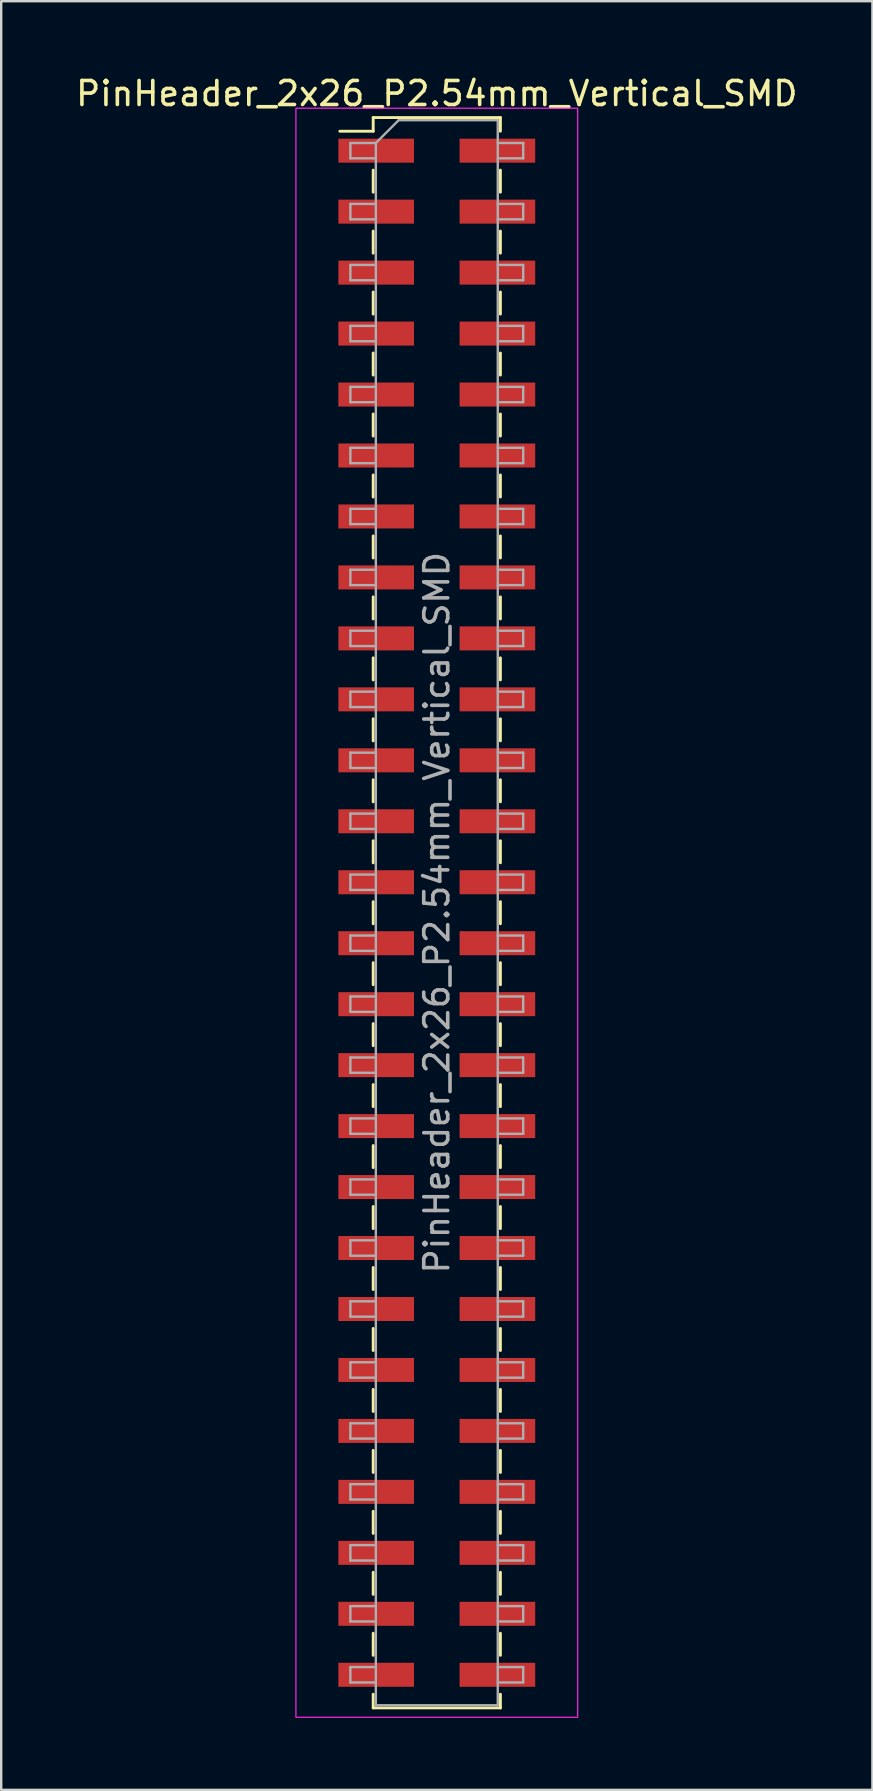
<source format=kicad_pcb>
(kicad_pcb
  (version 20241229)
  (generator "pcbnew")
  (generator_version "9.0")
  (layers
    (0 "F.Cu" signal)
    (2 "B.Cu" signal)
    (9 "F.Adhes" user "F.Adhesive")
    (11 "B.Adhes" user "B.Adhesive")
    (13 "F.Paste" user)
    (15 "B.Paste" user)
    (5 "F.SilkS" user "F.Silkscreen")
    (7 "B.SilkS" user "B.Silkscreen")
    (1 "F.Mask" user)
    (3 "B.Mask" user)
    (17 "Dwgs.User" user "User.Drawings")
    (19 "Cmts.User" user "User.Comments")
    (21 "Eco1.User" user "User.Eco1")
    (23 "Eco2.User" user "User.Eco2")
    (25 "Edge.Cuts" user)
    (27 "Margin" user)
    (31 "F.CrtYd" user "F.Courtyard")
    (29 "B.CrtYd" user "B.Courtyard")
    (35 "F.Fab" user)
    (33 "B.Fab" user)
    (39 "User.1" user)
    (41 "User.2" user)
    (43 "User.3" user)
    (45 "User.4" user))
  (footprint "PinHeader_2x26_P2.54mm_Vertical_SMD"
    (layer "F.Cu")
    (at 15.149 34.978)
    (property "Reference" "PinHeader_2x26_P2.54mm_Vertical_SMD" (at 0 -34.13 0) (layer "F.SilkS") (effects (font (size 1 1) (thickness 0.15))))
    (attr smd)
    (fp_line (start -4.04 -32.56) (end -2.65 -32.56) (stroke (width 0.12) (type solid)) (layer "F.SilkS"))
    (fp_line (start -2.65 -33.13) (end -2.65 -32.56) (stroke (width 0.12) (type solid)) (layer "F.SilkS"))
    (fp_line (start -2.65 -33.13) (end 2.65 -33.13) (stroke (width 0.12) (type solid)) (layer "F.SilkS"))
    (fp_line (start -2.65 -30.94) (end -2.65 -30.02) (stroke (width 0.12) (type solid)) (layer "F.SilkS"))
    (fp_line (start -2.65 -28.4) (end -2.65 -27.48) (stroke (width 0.12) (type solid)) (layer "F.SilkS"))
    (fp_line (start -2.65 -25.86) (end -2.65 -24.94) (stroke (width 0.12) (type solid)) (layer "F.SilkS"))
    (fp_line (start -2.65 -23.32) (end -2.65 -22.4) (stroke (width 0.12) (type solid)) (layer "F.SilkS"))
    (fp_line (start -2.65 -20.78) (end -2.65 -19.86) (stroke (width 0.12) (type solid)) (layer "F.SilkS"))
    (fp_line (start -2.65 -18.24) (end -2.65 -17.32) (stroke (width 0.12) (type solid)) (layer "F.SilkS"))
    (fp_line (start -2.65 -15.7) (end -2.65 -14.78) (stroke (width 0.12) (type solid)) (layer "F.SilkS"))
    (fp_line (start -2.65 -13.16) (end -2.65 -12.24) (stroke (width 0.12) (type solid)) (layer "F.SilkS"))
    (fp_line (start -2.65 -10.62) (end -2.65 -9.7) (stroke (width 0.12) (type solid)) (layer "F.SilkS"))
    (fp_line (start -2.65 -8.08) (end -2.65 -7.16) (stroke (width 0.12) (type solid)) (layer "F.SilkS"))
    (fp_line (start -2.65 -5.54) (end -2.65 -4.62) (stroke (width 0.12) (type solid)) (layer "F.SilkS"))
    (fp_line (start -2.65 -3) (end -2.65 -2.08) (stroke (width 0.12) (type solid)) (layer "F.SilkS"))
    (fp_line (start -2.65 -0.46) (end -2.65 0.46) (stroke (width 0.12) (type solid)) (layer "F.SilkS"))
    (fp_line (start -2.65 2.08) (end -2.65 3) (stroke (width 0.12) (type solid)) (layer "F.SilkS"))
    (fp_line (start -2.65 4.62) (end -2.65 5.54) (stroke (width 0.12) (type solid)) (layer "F.SilkS"))
    (fp_line (start -2.65 7.16) (end -2.65 8.08) (stroke (width 0.12) (type solid)) (layer "F.SilkS"))
    (fp_line (start -2.65 9.7) (end -2.65 10.62) (stroke (width 0.12) (type solid)) (layer "F.SilkS"))
    (fp_line (start -2.65 12.24) (end -2.65 13.16) (stroke (width 0.12) (type solid)) (layer "F.SilkS"))
    (fp_line (start -2.65 14.78) (end -2.65 15.7) (stroke (width 0.12) (type solid)) (layer "F.SilkS"))
    (fp_line (start -2.65 17.32) (end -2.65 18.24) (stroke (width 0.12) (type solid)) (layer "F.SilkS"))
    (fp_line (start -2.65 19.86) (end -2.65 20.78) (stroke (width 0.12) (type solid)) (layer "F.SilkS"))
    (fp_line (start -2.65 22.4) (end -2.65 23.32) (stroke (width 0.12) (type solid)) (layer "F.SilkS"))
    (fp_line (start -2.65 24.94) (end -2.65 25.86) (stroke (width 0.12) (type solid)) (layer "F.SilkS"))
    (fp_line (start -2.65 27.48) (end -2.65 28.4) (stroke (width 0.12) (type solid)) (layer "F.SilkS"))
    (fp_line (start -2.65 30.02) (end -2.65 30.94) (stroke (width 0.12) (type solid)) (layer "F.SilkS"))
    (fp_line (start -2.65 32.56) (end -2.65 33.13) (stroke (width 0.12) (type solid)) (layer "F.SilkS"))
    (fp_line (start -2.65 33.13) (end 2.65 33.13) (stroke (width 0.12) (type solid)) (layer "F.SilkS"))
    (fp_line (start 2.65 -33.13) (end 2.65 -32.56) (stroke (width 0.12) (type solid)) (layer "F.SilkS"))
    (fp_line (start 2.65 -30.94) (end 2.65 -30.02) (stroke (width 0.12) (type solid)) (layer "F.SilkS"))
    (fp_line (start 2.65 -28.4) (end 2.65 -27.48) (stroke (width 0.12) (type solid)) (layer "F.SilkS"))
    (fp_line (start 2.65 -25.86) (end 2.65 -24.94) (stroke (width 0.12) (type solid)) (layer "F.SilkS"))
    (fp_line (start 2.65 -23.32) (end 2.65 -22.4) (stroke (width 0.12) (type solid)) (layer "F.SilkS"))
    (fp_line (start 2.65 -20.78) (end 2.65 -19.86) (stroke (width 0.12) (type solid)) (layer "F.SilkS"))
    (fp_line (start 2.65 -18.24) (end 2.65 -17.32) (stroke (width 0.12) (type solid)) (layer "F.SilkS"))
    (fp_line (start 2.65 -15.7) (end 2.65 -14.78) (stroke (width 0.12) (type solid)) (layer "F.SilkS"))
    (fp_line (start 2.65 -13.16) (end 2.65 -12.24) (stroke (width 0.12) (type solid)) (layer "F.SilkS"))
    (fp_line (start 2.65 -10.62) (end 2.65 -9.7) (stroke (width 0.12) (type solid)) (layer "F.SilkS"))
    (fp_line (start 2.65 -8.08) (end 2.65 -7.16) (stroke (width 0.12) (type solid)) (layer "F.SilkS"))
    (fp_line (start 2.65 -5.54) (end 2.65 -4.62) (stroke (width 0.12) (type solid)) (layer "F.SilkS"))
    (fp_line (start 2.65 -3) (end 2.65 -2.08) (stroke (width 0.12) (type solid)) (layer "F.SilkS"))
    (fp_line (start 2.65 -0.46) (end 2.65 0.46) (stroke (width 0.12) (type solid)) (layer "F.SilkS"))
    (fp_line (start 2.65 2.08) (end 2.65 3) (stroke (width 0.12) (type solid)) (layer "F.SilkS"))
    (fp_line (start 2.65 4.62) (end 2.65 5.54) (stroke (width 0.12) (type solid)) (layer "F.SilkS"))
    (fp_line (start 2.65 7.16) (end 2.65 8.08) (stroke (width 0.12) (type solid)) (layer "F.SilkS"))
    (fp_line (start 2.65 9.7) (end 2.65 10.62) (stroke (width 0.12) (type solid)) (layer "F.SilkS"))
    (fp_line (start 2.65 12.24) (end 2.65 13.16) (stroke (width 0.12) (type solid)) (layer "F.SilkS"))
    (fp_line (start 2.65 14.78) (end 2.65 15.7) (stroke (width 0.12) (type solid)) (layer "F.SilkS"))
    (fp_line (start 2.65 17.32) (end 2.65 18.24) (stroke (width 0.12) (type solid)) (layer "F.SilkS"))
    (fp_line (start 2.65 19.86) (end 2.65 20.78) (stroke (width 0.12) (type solid)) (layer "F.SilkS"))
    (fp_line (start 2.65 22.4) (end 2.65 23.32) (stroke (width 0.12) (type solid)) (layer "F.SilkS"))
    (fp_line (start 2.65 24.94) (end 2.65 25.86) (stroke (width 0.12) (type solid)) (layer "F.SilkS"))
    (fp_line (start 2.65 27.48) (end 2.65 28.4) (stroke (width 0.12) (type solid)) (layer "F.SilkS"))
    (fp_line (start 2.65 30.02) (end 2.65 30.94) (stroke (width 0.12) (type solid)) (layer "F.SilkS"))
    (fp_line (start 2.65 32.56) (end 2.65 33.13) (stroke (width 0.12) (type solid)) (layer "F.SilkS"))
    (fp_rect (start -5.87 -33.52) (end 5.87 33.52) (stroke (width 0.05) (type solid)) (fill no) (layer "F.CrtYd"))
    (fp_line (start -3.6 -32.07) (end -3.6 -31.43) (stroke (width 0.1) (type solid)) (layer "F.Fab"))
    (fp_line (start -3.6 -31.43) (end -2.54 -31.43) (stroke (width 0.1) (type solid)) (layer "F.Fab"))
    (fp_line (start -3.6 -29.53) (end -3.6 -28.89) (stroke (width 0.1) (type solid)) (layer "F.Fab"))
    (fp_line (start -3.6 -28.89) (end -2.54 -28.89) (stroke (width 0.1) (type solid)) (layer "F.Fab"))
    (fp_line (start -3.6 -26.99) (end -3.6 -26.35) (stroke (width 0.1) (type solid)) (layer "F.Fab"))
    (fp_line (start -3.6 -26.35) (end -2.54 -26.35) (stroke (width 0.1) (type solid)) (layer "F.Fab"))
    (fp_line (start -3.6 -24.45) (end -3.6 -23.81) (stroke (width 0.1) (type solid)) (layer "F.Fab"))
    (fp_line (start -3.6 -23.81) (end -2.54 -23.81) (stroke (width 0.1) (type solid)) (layer "F.Fab"))
    (fp_line (start -3.6 -21.91) (end -3.6 -21.27) (stroke (width 0.1) (type solid)) (layer "F.Fab"))
    (fp_line (start -3.6 -21.27) (end -2.54 -21.27) (stroke (width 0.1) (type solid)) (layer "F.Fab"))
    (fp_line (start -3.6 -19.37) (end -3.6 -18.73) (stroke (width 0.1) (type solid)) (layer "F.Fab"))
    (fp_line (start -3.6 -18.73) (end -2.54 -18.73) (stroke (width 0.1) (type solid)) (layer "F.Fab"))
    (fp_line (start -3.6 -16.83) (end -3.6 -16.19) (stroke (width 0.1) (type solid)) (layer "F.Fab"))
    (fp_line (start -3.6 -16.19) (end -2.54 -16.19) (stroke (width 0.1) (type solid)) (layer "F.Fab"))
    (fp_line (start -3.6 -14.29) (end -3.6 -13.65) (stroke (width 0.1) (type solid)) (layer "F.Fab"))
    (fp_line (start -3.6 -13.65) (end -2.54 -13.65) (stroke (width 0.1) (type solid)) (layer "F.Fab"))
    (fp_line (start -3.6 -11.75) (end -3.6 -11.11) (stroke (width 0.1) (type solid)) (layer "F.Fab"))
    (fp_line (start -3.6 -11.11) (end -2.54 -11.11) (stroke (width 0.1) (type solid)) (layer "F.Fab"))
    (fp_line (start -3.6 -9.21) (end -3.6 -8.57) (stroke (width 0.1) (type solid)) (layer "F.Fab"))
    (fp_line (start -3.6 -8.57) (end -2.54 -8.57) (stroke (width 0.1) (type solid)) (layer "F.Fab"))
    (fp_line (start -3.6 -6.67) (end -3.6 -6.03) (stroke (width 0.1) (type solid)) (layer "F.Fab"))
    (fp_line (start -3.6 -6.03) (end -2.54 -6.03) (stroke (width 0.1) (type solid)) (layer "F.Fab"))
    (fp_line (start -3.6 -4.13) (end -3.6 -3.49) (stroke (width 0.1) (type solid)) (layer "F.Fab"))
    (fp_line (start -3.6 -3.49) (end -2.54 -3.49) (stroke (width 0.1) (type solid)) (layer "F.Fab"))
    (fp_line (start -3.6 -1.59) (end -3.6 -0.95) (stroke (width 0.1) (type solid)) (layer "F.Fab"))
    (fp_line (start -3.6 -0.95) (end -2.54 -0.95) (stroke (width 0.1) (type solid)) (layer "F.Fab"))
    (fp_line (start -3.6 0.95) (end -3.6 1.59) (stroke (width 0.1) (type solid)) (layer "F.Fab"))
    (fp_line (start -3.6 1.59) (end -2.54 1.59) (stroke (width 0.1) (type solid)) (layer "F.Fab"))
    (fp_line (start -3.6 3.49) (end -3.6 4.13) (stroke (width 0.1) (type solid)) (layer "F.Fab"))
    (fp_line (start -3.6 4.13) (end -2.54 4.13) (stroke (width 0.1) (type solid)) (layer "F.Fab"))
    (fp_line (start -3.6 6.03) (end -3.6 6.67) (stroke (width 0.1) (type solid)) (layer "F.Fab"))
    (fp_line (start -3.6 6.67) (end -2.54 6.67) (stroke (width 0.1) (type solid)) (layer "F.Fab"))
    (fp_line (start -3.6 8.57) (end -3.6 9.21) (stroke (width 0.1) (type solid)) (layer "F.Fab"))
    (fp_line (start -3.6 9.21) (end -2.54 9.21) (stroke (width 0.1) (type solid)) (layer "F.Fab"))
    (fp_line (start -3.6 11.11) (end -3.6 11.75) (stroke (width 0.1) (type solid)) (layer "F.Fab"))
    (fp_line (start -3.6 11.75) (end -2.54 11.75) (stroke (width 0.1) (type solid)) (layer "F.Fab"))
    (fp_line (start -3.6 13.65) (end -3.6 14.29) (stroke (width 0.1) (type solid)) (layer "F.Fab"))
    (fp_line (start -3.6 14.29) (end -2.54 14.29) (stroke (width 0.1) (type solid)) (layer "F.Fab"))
    (fp_line (start -3.6 16.19) (end -3.6 16.83) (stroke (width 0.1) (type solid)) (layer "F.Fab"))
    (fp_line (start -3.6 16.83) (end -2.54 16.83) (stroke (width 0.1) (type solid)) (layer "F.Fab"))
    (fp_line (start -3.6 18.73) (end -3.6 19.37) (stroke (width 0.1) (type solid)) (layer "F.Fab"))
    (fp_line (start -3.6 19.37) (end -2.54 19.37) (stroke (width 0.1) (type solid)) (layer "F.Fab"))
    (fp_line (start -3.6 21.27) (end -3.6 21.91) (stroke (width 0.1) (type solid)) (layer "F.Fab"))
    (fp_line (start -3.6 21.91) (end -2.54 21.91) (stroke (width 0.1) (type solid)) (layer "F.Fab"))
    (fp_line (start -3.6 23.81) (end -3.6 24.45) (stroke (width 0.1) (type solid)) (layer "F.Fab"))
    (fp_line (start -3.6 24.45) (end -2.54 24.45) (stroke (width 0.1) (type solid)) (layer "F.Fab"))
    (fp_line (start -3.6 26.35) (end -3.6 26.99) (stroke (width 0.1) (type solid)) (layer "F.Fab"))
    (fp_line (start -3.6 26.99) (end -2.54 26.99) (stroke (width 0.1) (type solid)) (layer "F.Fab"))
    (fp_line (start -3.6 28.89) (end -3.6 29.53) (stroke (width 0.1) (type solid)) (layer "F.Fab"))
    (fp_line (start -3.6 29.53) (end -2.54 29.53) (stroke (width 0.1) (type solid)) (layer "F.Fab"))
    (fp_line (start -3.6 31.43) (end -3.6 32.07) (stroke (width 0.1) (type solid)) (layer "F.Fab"))
    (fp_line (start -3.6 32.07) (end -2.54 32.07) (stroke (width 0.1) (type solid)) (layer "F.Fab"))
    (fp_line (start -2.54 -32.07) (end -3.6 -32.07) (stroke (width 0.1) (type solid)) (layer "F.Fab"))
    (fp_line (start -2.54 -32.07) (end -1.59 -33.02) (stroke (width 0.1) (type solid)) (layer "F.Fab"))
    (fp_line (start -2.54 -29.53) (end -3.6 -29.53) (stroke (width 0.1) (type solid)) (layer "F.Fab"))
    (fp_line (start -2.54 -26.99) (end -3.6 -26.99) (stroke (width 0.1) (type solid)) (layer "F.Fab"))
    (fp_line (start -2.54 -24.45) (end -3.6 -24.45) (stroke (width 0.1) (type solid)) (layer "F.Fab"))
    (fp_line (start -2.54 -21.91) (end -3.6 -21.91) (stroke (width 0.1) (type solid)) (layer "F.Fab"))
    (fp_line (start -2.54 -19.37) (end -3.6 -19.37) (stroke (width 0.1) (type solid)) (layer "F.Fab"))
    (fp_line (start -2.54 -16.83) (end -3.6 -16.83) (stroke (width 0.1) (type solid)) (layer "F.Fab"))
    (fp_line (start -2.54 -14.29) (end -3.6 -14.29) (stroke (width 0.1) (type solid)) (layer "F.Fab"))
    (fp_line (start -2.54 -11.75) (end -3.6 -11.75) (stroke (width 0.1) (type solid)) (layer "F.Fab"))
    (fp_line (start -2.54 -9.21) (end -3.6 -9.21) (stroke (width 0.1) (type solid)) (layer "F.Fab"))
    (fp_line (start -2.54 -6.67) (end -3.6 -6.67) (stroke (width 0.1) (type solid)) (layer "F.Fab"))
    (fp_line (start -2.54 -4.13) (end -3.6 -4.13) (stroke (width 0.1) (type solid)) (layer "F.Fab"))
    (fp_line (start -2.54 -1.59) (end -3.6 -1.59) (stroke (width 0.1) (type solid)) (layer "F.Fab"))
    (fp_line (start -2.54 0.95) (end -3.6 0.95) (stroke (width 0.1) (type solid)) (layer "F.Fab"))
    (fp_line (start -2.54 3.49) (end -3.6 3.49) (stroke (width 0.1) (type solid)) (layer "F.Fab"))
    (fp_line (start -2.54 6.03) (end -3.6 6.03) (stroke (width 0.1) (type solid)) (layer "F.Fab"))
    (fp_line (start -2.54 8.57) (end -3.6 8.57) (stroke (width 0.1) (type solid)) (layer "F.Fab"))
    (fp_line (start -2.54 11.11) (end -3.6 11.11) (stroke (width 0.1) (type solid)) (layer "F.Fab"))
    (fp_line (start -2.54 13.65) (end -3.6 13.65) (stroke (width 0.1) (type solid)) (layer "F.Fab"))
    (fp_line (start -2.54 16.19) (end -3.6 16.19) (stroke (width 0.1) (type solid)) (layer "F.Fab"))
    (fp_line (start -2.54 18.73) (end -3.6 18.73) (stroke (width 0.1) (type solid)) (layer "F.Fab"))
    (fp_line (start -2.54 21.27) (end -3.6 21.27) (stroke (width 0.1) (type solid)) (layer "F.Fab"))
    (fp_line (start -2.54 23.81) (end -3.6 23.81) (stroke (width 0.1) (type solid)) (layer "F.Fab"))
    (fp_line (start -2.54 26.35) (end -3.6 26.35) (stroke (width 0.1) (type solid)) (layer "F.Fab"))
    (fp_line (start -2.54 28.89) (end -3.6 28.89) (stroke (width 0.1) (type solid)) (layer "F.Fab"))
    (fp_line (start -2.54 31.43) (end -3.6 31.43) (stroke (width 0.1) (type solid)) (layer "F.Fab"))
    (fp_line (start -2.54 33.02) (end -2.54 -32.07) (stroke (width 0.1) (type solid)) (layer "F.Fab"))
    (fp_line (start -1.59 -33.02) (end 2.54 -33.02) (stroke (width 0.1) (type solid)) (layer "F.Fab"))
    (fp_line (start 2.54 -33.02) (end 2.54 33.02) (stroke (width 0.1) (type solid)) (layer "F.Fab"))
    (fp_line (start 2.54 -32.07) (end 3.6 -32.07) (stroke (width 0.1) (type solid)) (layer "F.Fab"))
    (fp_line (start 2.54 -29.53) (end 3.6 -29.53) (stroke (width 0.1) (type solid)) (layer "F.Fab"))
    (fp_line (start 2.54 -26.99) (end 3.6 -26.99) (stroke (width 0.1) (type solid)) (layer "F.Fab"))
    (fp_line (start 2.54 -24.45) (end 3.6 -24.45) (stroke (width 0.1) (type solid)) (layer "F.Fab"))
    (fp_line (start 2.54 -21.91) (end 3.6 -21.91) (stroke (width 0.1) (type solid)) (layer "F.Fab"))
    (fp_line (start 2.54 -19.37) (end 3.6 -19.37) (stroke (width 0.1) (type solid)) (layer "F.Fab"))
    (fp_line (start 2.54 -16.83) (end 3.6 -16.83) (stroke (width 0.1) (type solid)) (layer "F.Fab"))
    (fp_line (start 2.54 -14.29) (end 3.6 -14.29) (stroke (width 0.1) (type solid)) (layer "F.Fab"))
    (fp_line (start 2.54 -11.75) (end 3.6 -11.75) (stroke (width 0.1) (type solid)) (layer "F.Fab"))
    (fp_line (start 2.54 -9.21) (end 3.6 -9.21) (stroke (width 0.1) (type solid)) (layer "F.Fab"))
    (fp_line (start 2.54 -6.67) (end 3.6 -6.67) (stroke (width 0.1) (type solid)) (layer "F.Fab"))
    (fp_line (start 2.54 -4.13) (end 3.6 -4.13) (stroke (width 0.1) (type solid)) (layer "F.Fab"))
    (fp_line (start 2.54 -1.59) (end 3.6 -1.59) (stroke (width 0.1) (type solid)) (layer "F.Fab"))
    (fp_line (start 2.54 0.95) (end 3.6 0.95) (stroke (width 0.1) (type solid)) (layer "F.Fab"))
    (fp_line (start 2.54 3.49) (end 3.6 3.49) (stroke (width 0.1) (type solid)) (layer "F.Fab"))
    (fp_line (start 2.54 6.03) (end 3.6 6.03) (stroke (width 0.1) (type solid)) (layer "F.Fab"))
    (fp_line (start 2.54 8.57) (end 3.6 8.57) (stroke (width 0.1) (type solid)) (layer "F.Fab"))
    (fp_line (start 2.54 11.11) (end 3.6 11.11) (stroke (width 0.1) (type solid)) (layer "F.Fab"))
    (fp_line (start 2.54 13.65) (end 3.6 13.65) (stroke (width 0.1) (type solid)) (layer "F.Fab"))
    (fp_line (start 2.54 16.19) (end 3.6 16.19) (stroke (width 0.1) (type solid)) (layer "F.Fab"))
    (fp_line (start 2.54 18.73) (end 3.6 18.73) (stroke (width 0.1) (type solid)) (layer "F.Fab"))
    (fp_line (start 2.54 21.27) (end 3.6 21.27) (stroke (width 0.1) (type solid)) (layer "F.Fab"))
    (fp_line (start 2.54 23.81) (end 3.6 23.81) (stroke (width 0.1) (type solid)) (layer "F.Fab"))
    (fp_line (start 2.54 26.35) (end 3.6 26.35) (stroke (width 0.1) (type solid)) (layer "F.Fab"))
    (fp_line (start 2.54 28.89) (end 3.6 28.89) (stroke (width 0.1) (type solid)) (layer "F.Fab"))
    (fp_line (start 2.54 31.43) (end 3.6 31.43) (stroke (width 0.1) (type solid)) (layer "F.Fab"))
    (fp_line (start 2.54 33.02) (end -2.54 33.02) (stroke (width 0.1) (type solid)) (layer "F.Fab"))
    (fp_line (start 3.6 -32.07) (end 3.6 -31.43) (stroke (width 0.1) (type solid)) (layer "F.Fab"))
    (fp_line (start 3.6 -31.43) (end 2.54 -31.43) (stroke (width 0.1) (type solid)) (layer "F.Fab"))
    (fp_line (start 3.6 -29.53) (end 3.6 -28.89) (stroke (width 0.1) (type solid)) (layer "F.Fab"))
    (fp_line (start 3.6 -28.89) (end 2.54 -28.89) (stroke (width 0.1) (type solid)) (layer "F.Fab"))
    (fp_line (start 3.6 -26.99) (end 3.6 -26.35) (stroke (width 0.1) (type solid)) (layer "F.Fab"))
    (fp_line (start 3.6 -26.35) (end 2.54 -26.35) (stroke (width 0.1) (type solid)) (layer "F.Fab"))
    (fp_line (start 3.6 -24.45) (end 3.6 -23.81) (stroke (width 0.1) (type solid)) (layer "F.Fab"))
    (fp_line (start 3.6 -23.81) (end 2.54 -23.81) (stroke (width 0.1) (type solid)) (layer "F.Fab"))
    (fp_line (start 3.6 -21.91) (end 3.6 -21.27) (stroke (width 0.1) (type solid)) (layer "F.Fab"))
    (fp_line (start 3.6 -21.27) (end 2.54 -21.27) (stroke (width 0.1) (type solid)) (layer "F.Fab"))
    (fp_line (start 3.6 -19.37) (end 3.6 -18.73) (stroke (width 0.1) (type solid)) (layer "F.Fab"))
    (fp_line (start 3.6 -18.73) (end 2.54 -18.73) (stroke (width 0.1) (type solid)) (layer "F.Fab"))
    (fp_line (start 3.6 -16.83) (end 3.6 -16.19) (stroke (width 0.1) (type solid)) (layer "F.Fab"))
    (fp_line (start 3.6 -16.19) (end 2.54 -16.19) (stroke (width 0.1) (type solid)) (layer "F.Fab"))
    (fp_line (start 3.6 -14.29) (end 3.6 -13.65) (stroke (width 0.1) (type solid)) (layer "F.Fab"))
    (fp_line (start 3.6 -13.65) (end 2.54 -13.65) (stroke (width 0.1) (type solid)) (layer "F.Fab"))
    (fp_line (start 3.6 -11.75) (end 3.6 -11.11) (stroke (width 0.1) (type solid)) (layer "F.Fab"))
    (fp_line (start 3.6 -11.11) (end 2.54 -11.11) (stroke (width 0.1) (type solid)) (layer "F.Fab"))
    (fp_line (start 3.6 -9.21) (end 3.6 -8.57) (stroke (width 0.1) (type solid)) (layer "F.Fab"))
    (fp_line (start 3.6 -8.57) (end 2.54 -8.57) (stroke (width 0.1) (type solid)) (layer "F.Fab"))
    (fp_line (start 3.6 -6.67) (end 3.6 -6.03) (stroke (width 0.1) (type solid)) (layer "F.Fab"))
    (fp_line (start 3.6 -6.03) (end 2.54 -6.03) (stroke (width 0.1) (type solid)) (layer "F.Fab"))
    (fp_line (start 3.6 -4.13) (end 3.6 -3.49) (stroke (width 0.1) (type solid)) (layer "F.Fab"))
    (fp_line (start 3.6 -3.49) (end 2.54 -3.49) (stroke (width 0.1) (type solid)) (layer "F.Fab"))
    (fp_line (start 3.6 -1.59) (end 3.6 -0.95) (stroke (width 0.1) (type solid)) (layer "F.Fab"))
    (fp_line (start 3.6 -0.95) (end 2.54 -0.95) (stroke (width 0.1) (type solid)) (layer "F.Fab"))
    (fp_line (start 3.6 0.95) (end 3.6 1.59) (stroke (width 0.1) (type solid)) (layer "F.Fab"))
    (fp_line (start 3.6 1.59) (end 2.54 1.59) (stroke (width 0.1) (type solid)) (layer "F.Fab"))
    (fp_line (start 3.6 3.49) (end 3.6 4.13) (stroke (width 0.1) (type solid)) (layer "F.Fab"))
    (fp_line (start 3.6 4.13) (end 2.54 4.13) (stroke (width 0.1) (type solid)) (layer "F.Fab"))
    (fp_line (start 3.6 6.03) (end 3.6 6.67) (stroke (width 0.1) (type solid)) (layer "F.Fab"))
    (fp_line (start 3.6 6.67) (end 2.54 6.67) (stroke (width 0.1) (type solid)) (layer "F.Fab"))
    (fp_line (start 3.6 8.57) (end 3.6 9.21) (stroke (width 0.1) (type solid)) (layer "F.Fab"))
    (fp_line (start 3.6 9.21) (end 2.54 9.21) (stroke (width 0.1) (type solid)) (layer "F.Fab"))
    (fp_line (start 3.6 11.11) (end 3.6 11.75) (stroke (width 0.1) (type solid)) (layer "F.Fab"))
    (fp_line (start 3.6 11.75) (end 2.54 11.75) (stroke (width 0.1) (type solid)) (layer "F.Fab"))
    (fp_line (start 3.6 13.65) (end 3.6 14.29) (stroke (width 0.1) (type solid)) (layer "F.Fab"))
    (fp_line (start 3.6 14.29) (end 2.54 14.29) (stroke (width 0.1) (type solid)) (layer "F.Fab"))
    (fp_line (start 3.6 16.19) (end 3.6 16.83) (stroke (width 0.1) (type solid)) (layer "F.Fab"))
    (fp_line (start 3.6 16.83) (end 2.54 16.83) (stroke (width 0.1) (type solid)) (layer "F.Fab"))
    (fp_line (start 3.6 18.73) (end 3.6 19.37) (stroke (width 0.1) (type solid)) (layer "F.Fab"))
    (fp_line (start 3.6 19.37) (end 2.54 19.37) (stroke (width 0.1) (type solid)) (layer "F.Fab"))
    (fp_line (start 3.6 21.27) (end 3.6 21.91) (stroke (width 0.1) (type solid)) (layer "F.Fab"))
    (fp_line (start 3.6 21.91) (end 2.54 21.91) (stroke (width 0.1) (type solid)) (layer "F.Fab"))
    (fp_line (start 3.6 23.81) (end 3.6 24.45) (stroke (width 0.1) (type solid)) (layer "F.Fab"))
    (fp_line (start 3.6 24.45) (end 2.54 24.45) (stroke (width 0.1) (type solid)) (layer "F.Fab"))
    (fp_line (start 3.6 26.35) (end 3.6 26.99) (stroke (width 0.1) (type solid)) (layer "F.Fab"))
    (fp_line (start 3.6 26.99) (end 2.54 26.99) (stroke (width 0.1) (type solid)) (layer "F.Fab"))
    (fp_line (start 3.6 28.89) (end 3.6 29.53) (stroke (width 0.1) (type solid)) (layer "F.Fab"))
    (fp_line (start 3.6 29.53) (end 2.54 29.53) (stroke (width 0.1) (type solid)) (layer "F.Fab"))
    (fp_line (start 3.6 31.43) (end 3.6 32.07) (stroke (width 0.1) (type solid)) (layer "F.Fab"))
    (fp_line (start 3.6 32.07) (end 2.54 32.07) (stroke (width 0.1) (type solid)) (layer "F.Fab"))
    (fp_text user "${REFERENCE}" (at 0 0 90) (layer "F.Fab") (effects (font (size 1 1) (thickness 0.15))))
    (pad "1" smd rect (at -2.525 -31.75) (size 3.15 1) (layers "F.Cu" "F.Mask" "F.Paste"))
    (pad "2" smd rect (at 2.525 -31.75) (size 3.15 1) (layers "F.Cu" "F.Mask" "F.Paste"))
    (pad "3" smd rect (at -2.525 -29.21) (size 3.15 1) (layers "F.Cu" "F.Mask" "F.Paste"))
    (pad "4" smd rect (at 2.525 -29.21) (size 3.15 1) (layers "F.Cu" "F.Mask" "F.Paste"))
    (pad "5" smd rect (at -2.525 -26.67) (size 3.15 1) (layers "F.Cu" "F.Mask" "F.Paste"))
    (pad "6" smd rect (at 2.525 -26.67) (size 3.15 1) (layers "F.Cu" "F.Mask" "F.Paste"))
    (pad "7" smd rect (at -2.525 -24.13) (size 3.15 1) (layers "F.Cu" "F.Mask" "F.Paste"))
    (pad "8" smd rect (at 2.525 -24.13) (size 3.15 1) (layers "F.Cu" "F.Mask" "F.Paste"))
    (pad "9" smd rect (at -2.525 -21.59) (size 3.15 1) (layers "F.Cu" "F.Mask" "F.Paste"))
    (pad "10" smd rect (at 2.525 -21.59) (size 3.15 1) (layers "F.Cu" "F.Mask" "F.Paste"))
    (pad "11" smd rect (at -2.525 -19.05) (size 3.15 1) (layers "F.Cu" "F.Mask" "F.Paste"))
    (pad "12" smd rect (at 2.525 -19.05) (size 3.15 1) (layers "F.Cu" "F.Mask" "F.Paste"))
    (pad "13" smd rect (at -2.525 -16.51) (size 3.15 1) (layers "F.Cu" "F.Mask" "F.Paste"))
    (pad "14" smd rect (at 2.525 -16.51) (size 3.15 1) (layers "F.Cu" "F.Mask" "F.Paste"))
    (pad "15" smd rect (at -2.525 -13.97) (size 3.15 1) (layers "F.Cu" "F.Mask" "F.Paste"))
    (pad "16" smd rect (at 2.525 -13.97) (size 3.15 1) (layers "F.Cu" "F.Mask" "F.Paste"))
    (pad "17" smd rect (at -2.525 -11.43) (size 3.15 1) (layers "F.Cu" "F.Mask" "F.Paste"))
    (pad "18" smd rect (at 2.525 -11.43) (size 3.15 1) (layers "F.Cu" "F.Mask" "F.Paste"))
    (pad "19" smd rect (at -2.525 -8.89) (size 3.15 1) (layers "F.Cu" "F.Mask" "F.Paste"))
    (pad "20" smd rect (at 2.525 -8.89) (size 3.15 1) (layers "F.Cu" "F.Mask" "F.Paste"))
    (pad "21" smd rect (at -2.525 -6.35) (size 3.15 1) (layers "F.Cu" "F.Mask" "F.Paste"))
    (pad "22" smd rect (at 2.525 -6.35) (size 3.15 1) (layers "F.Cu" "F.Mask" "F.Paste"))
    (pad "23" smd rect (at -2.525 -3.81) (size 3.15 1) (layers "F.Cu" "F.Mask" "F.Paste"))
    (pad "24" smd rect (at 2.525 -3.81) (size 3.15 1) (layers "F.Cu" "F.Mask" "F.Paste"))
    (pad "25" smd rect (at -2.525 -1.27) (size 3.15 1) (layers "F.Cu" "F.Mask" "F.Paste"))
    (pad "26" smd rect (at 2.525 -1.27) (size 3.15 1) (layers "F.Cu" "F.Mask" "F.Paste"))
    (pad "27" smd rect (at -2.525 1.27) (size 3.15 1) (layers "F.Cu" "F.Mask" "F.Paste"))
    (pad "28" smd rect (at 2.525 1.27) (size 3.15 1) (layers "F.Cu" "F.Mask" "F.Paste"))
    (pad "29" smd rect (at -2.525 3.81) (size 3.15 1) (layers "F.Cu" "F.Mask" "F.Paste"))
    (pad "30" smd rect (at 2.525 3.81) (size 3.15 1) (layers "F.Cu" "F.Mask" "F.Paste"))
    (pad "31" smd rect (at -2.525 6.35) (size 3.15 1) (layers "F.Cu" "F.Mask" "F.Paste"))
    (pad "32" smd rect (at 2.525 6.35) (size 3.15 1) (layers "F.Cu" "F.Mask" "F.Paste"))
    (pad "33" smd rect (at -2.525 8.89) (size 3.15 1) (layers "F.Cu" "F.Mask" "F.Paste"))
    (pad "34" smd rect (at 2.525 8.89) (size 3.15 1) (layers "F.Cu" "F.Mask" "F.Paste"))
    (pad "35" smd rect (at -2.525 11.43) (size 3.15 1) (layers "F.Cu" "F.Mask" "F.Paste"))
    (pad "36" smd rect (at 2.525 11.43) (size 3.15 1) (layers "F.Cu" "F.Mask" "F.Paste"))
    (pad "37" smd rect (at -2.525 13.97) (size 3.15 1) (layers "F.Cu" "F.Mask" "F.Paste"))
    (pad "38" smd rect (at 2.525 13.97) (size 3.15 1) (layers "F.Cu" "F.Mask" "F.Paste"))
    (pad "39" smd rect (at -2.525 16.51) (size 3.15 1) (layers "F.Cu" "F.Mask" "F.Paste"))
    (pad "40" smd rect (at 2.525 16.51) (size 3.15 1) (layers "F.Cu" "F.Mask" "F.Paste"))
    (pad "41" smd rect (at -2.525 19.05) (size 3.15 1) (layers "F.Cu" "F.Mask" "F.Paste"))
    (pad "42" smd rect (at 2.525 19.05) (size 3.15 1) (layers "F.Cu" "F.Mask" "F.Paste"))
    (pad "43" smd rect (at -2.525 21.59) (size 3.15 1) (layers "F.Cu" "F.Mask" "F.Paste"))
    (pad "44" smd rect (at 2.525 21.59) (size 3.15 1) (layers "F.Cu" "F.Mask" "F.Paste"))
    (pad "45" smd rect (at -2.525 24.13) (size 3.15 1) (layers "F.Cu" "F.Mask" "F.Paste"))
    (pad "46" smd rect (at 2.525 24.13) (size 3.15 1) (layers "F.Cu" "F.Mask" "F.Paste"))
    (pad "47" smd rect (at -2.525 26.67) (size 3.15 1) (layers "F.Cu" "F.Mask" "F.Paste"))
    (pad "48" smd rect (at 2.525 26.67) (size 3.15 1) (layers "F.Cu" "F.Mask" "F.Paste"))
    (pad "49" smd rect (at -2.525 29.21) (size 3.15 1) (layers "F.Cu" "F.Mask" "F.Paste"))
    (pad "50" smd rect (at 2.525 29.21) (size 3.15 1) (layers "F.Cu" "F.Mask" "F.Paste"))
    (pad "51" smd rect (at -2.525 31.75) (size 3.15 1) (layers "F.Cu" "F.Mask" "F.Paste"))
    (pad "52" smd rect (at 2.525 31.75) (size 3.15 1) (layers "F.Cu" "F.Mask" "F.Paste")))
  (gr_rect
    (start -3 -3)
    (end 33.298 71.523)
    (stroke (width 0.1) (type default))
    (fill no)
    (layer "Edge.Cuts")))
</source>
